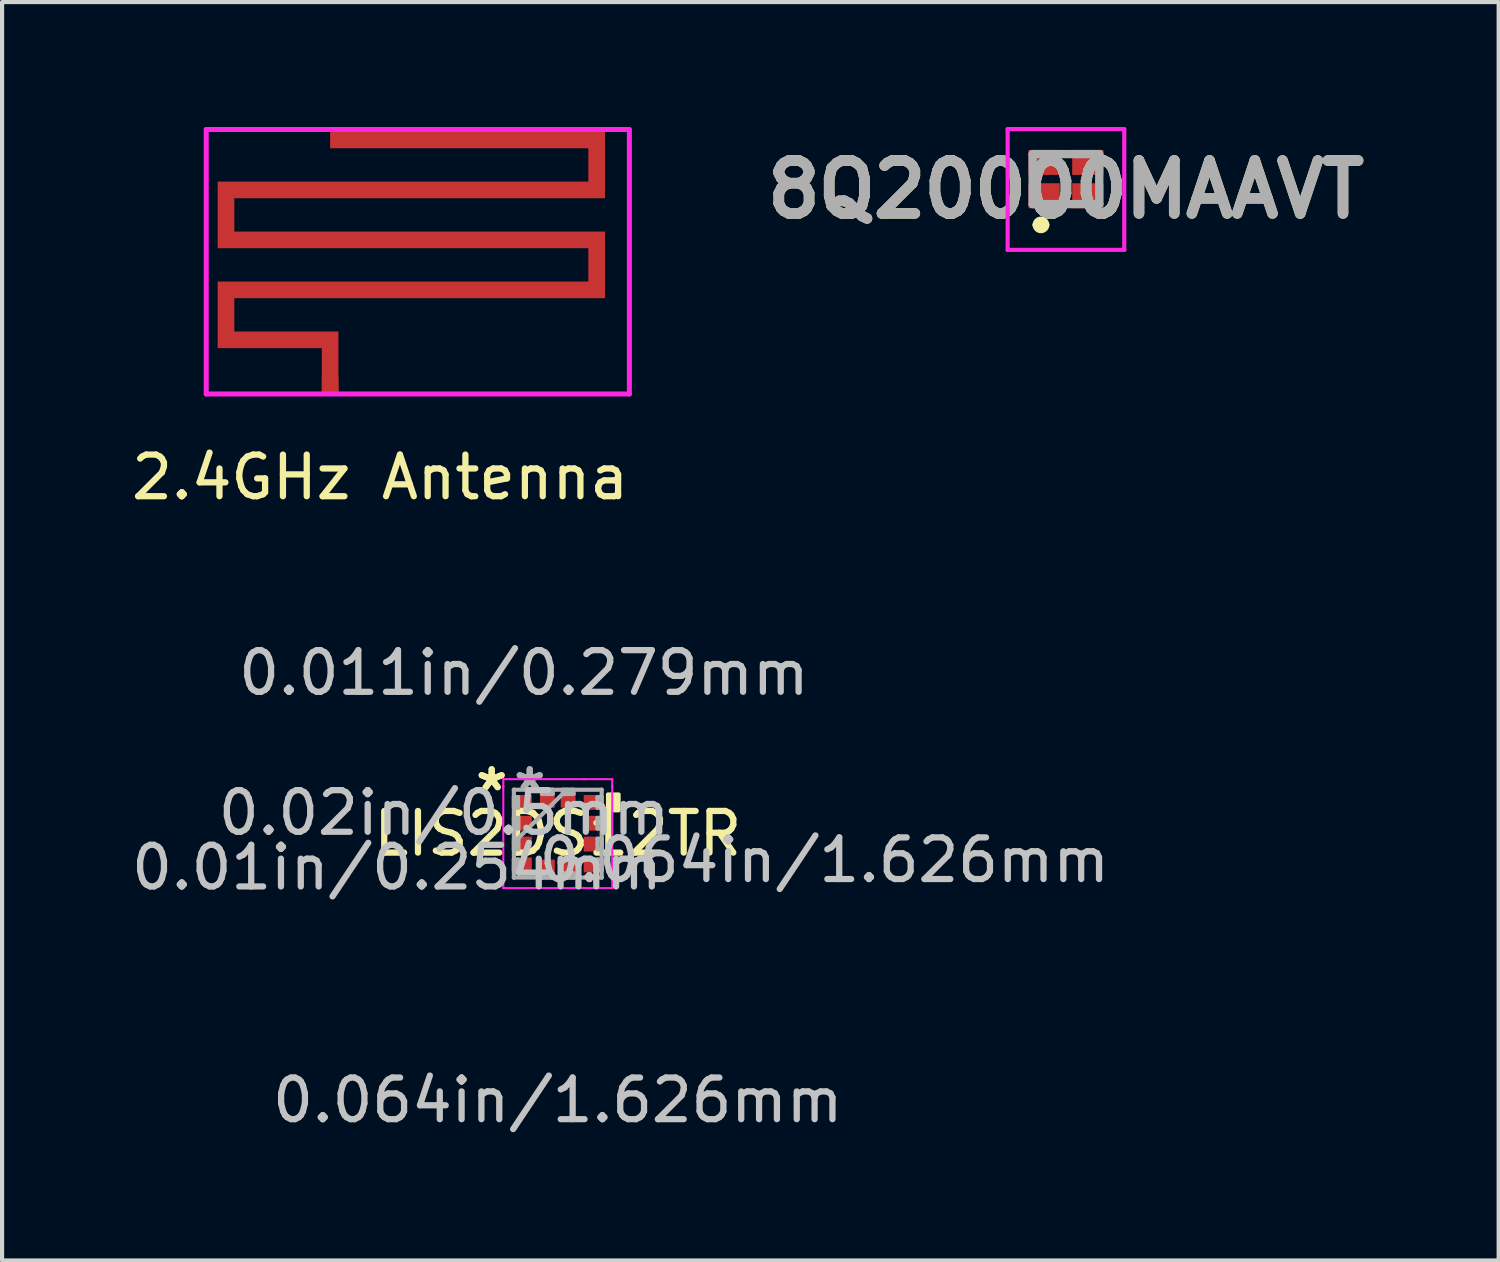
<source format=kicad_pcb>
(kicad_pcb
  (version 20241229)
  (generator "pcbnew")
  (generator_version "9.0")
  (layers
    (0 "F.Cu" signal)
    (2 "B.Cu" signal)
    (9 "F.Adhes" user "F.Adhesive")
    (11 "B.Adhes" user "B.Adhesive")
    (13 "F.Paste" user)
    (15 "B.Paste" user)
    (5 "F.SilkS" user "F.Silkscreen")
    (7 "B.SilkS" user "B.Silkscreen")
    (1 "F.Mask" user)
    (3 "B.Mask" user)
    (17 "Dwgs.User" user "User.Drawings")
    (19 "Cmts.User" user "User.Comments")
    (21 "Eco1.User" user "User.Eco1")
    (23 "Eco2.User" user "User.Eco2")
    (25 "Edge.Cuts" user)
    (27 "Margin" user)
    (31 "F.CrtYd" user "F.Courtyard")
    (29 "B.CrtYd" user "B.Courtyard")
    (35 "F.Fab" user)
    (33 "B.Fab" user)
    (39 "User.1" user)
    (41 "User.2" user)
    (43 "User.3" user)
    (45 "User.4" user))
  (footprint "8Q20000MAAVT"
    (layer "F.Cu")
    (at 22.545 1.25)
    (property "Reference" "8Q20000MAAVT" (at 0 0.25 0) (layer "F.SilkS") (effects (font (size 1.27 1.27) (thickness 0.254))))
    (attr smd)
    (fp_line (start -0.7 1.1) (end -0.7 1.1) (stroke (width 0.2) (type solid)) (layer "F.SilkS"))
    (fp_line (start -0.5 1.1) (end -0.5 1.1) (stroke (width 0.2) (type solid)) (layer "F.SilkS"))
    (fp_arc (start -0.7 1.1) (mid -0.6 1) (end -0.5 1.1) (stroke (width 0.2) (type solid)) (layer "F.SilkS"))
    (fp_arc (start -0.5 1.1) (mid -0.6 1.2) (end -0.7 1.1) (stroke (width 0.2) (type solid)) (layer "F.SilkS"))
    (fp_line (start -1.4 -1.2) (end 1.4 -1.2) (stroke (width 0.1) (type solid)) (layer "F.CrtYd"))
    (fp_line (start -1.4 1.7) (end -1.4 -1.2) (stroke (width 0.1) (type solid)) (layer "F.CrtYd"))
    (fp_line (start 1.4 -1.2) (end 1.4 1.7) (stroke (width 0.1) (type solid)) (layer "F.CrtYd"))
    (fp_line (start 1.4 1.7) (end -1.4 1.7) (stroke (width 0.1) (type solid)) (layer "F.CrtYd"))
    (fp_line (start -0.8 -0.6) (end 0.8 -0.6) (stroke (width 0.2) (type solid)) (layer "F.Fab"))
    (fp_line (start -0.8 0.6) (end -0.8 -0.6) (stroke (width 0.2) (type solid)) (layer "F.Fab"))
    (fp_line (start 0.8 -0.6) (end 0.8 0.6) (stroke (width 0.2) (type solid)) (layer "F.Fab"))
    (fp_line (start 0.8 0.6) (end -0.8 0.6) (stroke (width 0.2) (type solid)) (layer "F.Fab"))
    (fp_text user "${REFERENCE}" (at 0 0.25 0) (layer "F.Fab") (effects (font (size 1.27 1.27) (thickness 0.254))))
    (pad "1" smd rect (at -0.525 0.4 90) (size 0.6 0.75) (layers "F.Cu" "F.Mask" "F.Paste"))
    (pad "2" smd rect (at 0.525 0.4 90) (size 0.6 0.75) (layers "F.Cu" "F.Mask" "F.Paste"))
    (pad "3" smd rect (at 0.525 -0.4 90) (size 0.6 0.75) (layers "F.Cu" "F.Mask" "F.Paste"))
    (pad "4" smd rect (at -0.525 -0.4 90) (size 0.6 0.75) (layers "F.Cu" "F.Mask" "F.Paste")))
  (footprint "LIS2DS12TR"
    (layer "F.Cu")
    (at 10.343 16.967)
    (property "Reference" "LIS2DS12TR" (at 0 0 0) (layer "F.SilkS") (effects (font (size 1 1) (thickness 0.15))))
    (attr through_hole)
    (fp_poly (pts (xy 1.46 -0.941) (xy 1.46 -0.56) (xy 1.206 -0.56) (xy 1.206 -0.941)) (stroke (width 0.1) (type solid)) (fill yes) (layer "F.SilkS"))
    (fp_line (start -1.308 -1.308) (end -0.631 -1.308) (stroke (width 0.05) (type solid)) (layer "F.CrtYd"))
    (fp_line (start -1.308 -1.131) (end -1.308 -1.308) (stroke (width 0.05) (type solid)) (layer "F.CrtYd"))
    (fp_line (start -1.308 -1.131) (end -1.308 -1.131) (stroke (width 0.05) (type solid)) (layer "F.CrtYd"))
    (fp_line (start -1.308 1.131) (end -1.308 -1.131) (stroke (width 0.05) (type solid)) (layer "F.CrtYd"))
    (fp_line (start -1.308 1.131) (end -1.308 1.131) (stroke (width 0.05) (type solid)) (layer "F.CrtYd"))
    (fp_line (start -1.308 1.308) (end -1.308 1.131) (stroke (width 0.05) (type solid)) (layer "F.CrtYd"))
    (fp_line (start -0.631 -1.308) (end -0.631 -1.308) (stroke (width 0.05) (type solid)) (layer "F.CrtYd"))
    (fp_line (start -0.631 -1.308) (end 0.631 -1.308) (stroke (width 0.05) (type solid)) (layer "F.CrtYd"))
    (fp_line (start -0.631 1.308) (end -1.308 1.308) (stroke (width 0.05) (type solid)) (layer "F.CrtYd"))
    (fp_line (start -0.631 1.308) (end -0.631 1.308) (stroke (width 0.05) (type solid)) (layer "F.CrtYd"))
    (fp_line (start 0.631 -1.308) (end 0.631 -1.308) (stroke (width 0.05) (type solid)) (layer "F.CrtYd"))
    (fp_line (start 0.631 -1.308) (end 1.308 -1.308) (stroke (width 0.05) (type solid)) (layer "F.CrtYd"))
    (fp_line (start 0.631 1.308) (end -0.631 1.308) (stroke (width 0.05) (type solid)) (layer "F.CrtYd"))
    (fp_line (start 0.631 1.308) (end 0.631 1.308) (stroke (width 0.05) (type solid)) (layer "F.CrtYd"))
    (fp_line (start 1.308 -1.308) (end 1.308 -1.131) (stroke (width 0.05) (type solid)) (layer "F.CrtYd"))
    (fp_line (start 1.308 -1.131) (end 1.308 -1.131) (stroke (width 0.05) (type solid)) (layer "F.CrtYd"))
    (fp_line (start 1.308 -1.131) (end 1.308 1.131) (stroke (width 0.05) (type solid)) (layer "F.CrtYd"))
    (fp_line (start 1.308 1.131) (end 1.308 1.131) (stroke (width 0.05) (type solid)) (layer "F.CrtYd"))
    (fp_line (start 1.308 1.131) (end 1.308 1.308) (stroke (width 0.05) (type solid)) (layer "F.CrtYd"))
    (fp_line (start 1.308 1.308) (end 0.631 1.308) (stroke (width 0.05) (type solid)) (layer "F.CrtYd"))
    (fp_line (start -1.054 -1.054) (end -1.054 -1.054) (stroke (width 0.1) (type solid)) (layer "F.Fab"))
    (fp_line (start -1.054 -1.054) (end -1.054 1.054) (stroke (width 0.1) (type solid)) (layer "F.Fab"))
    (fp_line (start -1.054 -0.877) (end -0.953 -0.877) (stroke (width 0.1) (type solid)) (layer "F.Fab"))
    (fp_line (start -1.054 -0.623) (end -1.054 -0.877) (stroke (width 0.1) (type solid)) (layer "F.Fab"))
    (fp_line (start -1.054 -0.377) (end -0.953 -0.377) (stroke (width 0.1) (type solid)) (layer "F.Fab"))
    (fp_line (start -1.054 -0.123) (end -1.054 -0.377) (stroke (width 0.1) (type solid)) (layer "F.Fab"))
    (fp_line (start -1.054 0.123) (end -0.953 0.123) (stroke (width 0.1) (type solid)) (layer "F.Fab"))
    (fp_line (start -1.054 0.216) (end 0.216 -1.054) (stroke (width 0.1) (type solid)) (layer "F.Fab"))
    (fp_line (start -1.054 0.377) (end -1.054 0.123) (stroke (width 0.1) (type solid)) (layer "F.Fab"))
    (fp_line (start -1.054 0.623) (end -0.953 0.623) (stroke (width 0.1) (type solid)) (layer "F.Fab"))
    (fp_line (start -1.054 0.877) (end -1.054 0.623) (stroke (width 0.1) (type solid)) (layer "F.Fab"))
    (fp_line (start -1.054 1.054) (end -1.054 1.054) (stroke (width 0.1) (type solid)) (layer "F.Fab"))
    (fp_line (start -1.054 1.054) (end 1.054 1.054) (stroke (width 0.1) (type solid)) (layer "F.Fab"))
    (fp_line (start -0.953 -0.877) (end -0.953 -0.623) (stroke (width 0.1) (type solid)) (layer "F.Fab"))
    (fp_line (start -0.953 -0.623) (end -1.054 -0.623) (stroke (width 0.1) (type solid)) (layer "F.Fab"))
    (fp_line (start -0.953 -0.377) (end -0.953 -0.123) (stroke (width 0.1) (type solid)) (layer "F.Fab"))
    (fp_line (start -0.953 -0.123) (end -1.054 -0.123) (stroke (width 0.1) (type solid)) (layer "F.Fab"))
    (fp_line (start -0.953 0.123) (end -0.953 0.377) (stroke (width 0.1) (type solid)) (layer "F.Fab"))
    (fp_line (start -0.953 0.377) (end -1.054 0.377) (stroke (width 0.1) (type solid)) (layer "F.Fab"))
    (fp_line (start -0.953 0.623) (end -0.953 0.877) (stroke (width 0.1) (type solid)) (layer "F.Fab"))
    (fp_line (start -0.953 0.877) (end -1.054 0.877) (stroke (width 0.1) (type solid)) (layer "F.Fab"))
    (fp_line (start -0.377 -1.054) (end -0.123 -1.054) (stroke (width 0.1) (type solid)) (layer "F.Fab"))
    (fp_line (start -0.377 -0.953) (end -0.377 -1.054) (stroke (width 0.1) (type solid)) (layer "F.Fab"))
    (fp_line (start -0.377 0.953) (end -0.123 0.953) (stroke (width 0.1) (type solid)) (layer "F.Fab"))
    (fp_line (start -0.377 1.054) (end -0.377 0.953) (stroke (width 0.1) (type solid)) (layer "F.Fab"))
    (fp_line (start -0.123 -1.054) (end -0.123 -0.953) (stroke (width 0.1) (type solid)) (layer "F.Fab"))
    (fp_line (start -0.123 -0.953) (end -0.377 -0.953) (stroke (width 0.1) (type solid)) (layer "F.Fab"))
    (fp_line (start -0.123 0.953) (end -0.123 1.054) (stroke (width 0.1) (type solid)) (layer "F.Fab"))
    (fp_line (start -0.123 1.054) (end -0.377 1.054) (stroke (width 0.1) (type solid)) (layer "F.Fab"))
    (fp_line (start 0.123 -1.054) (end 0.377 -1.054) (stroke (width 0.1) (type solid)) (layer "F.Fab"))
    (fp_line (start 0.123 -0.953) (end 0.123 -1.054) (stroke (width 0.1) (type solid)) (layer "F.Fab"))
    (fp_line (start 0.123 0.953) (end 0.377 0.953) (stroke (width 0.1) (type solid)) (layer "F.Fab"))
    (fp_line (start 0.123 1.054) (end 0.123 0.953) (stroke (width 0.1) (type solid)) (layer "F.Fab"))
    (fp_line (start 0.377 -1.054) (end 0.377 -0.953) (stroke (width 0.1) (type solid)) (layer "F.Fab"))
    (fp_line (start 0.377 -0.953) (end 0.123 -0.953) (stroke (width 0.1) (type solid)) (layer "F.Fab"))
    (fp_line (start 0.377 0.953) (end 0.377 1.054) (stroke (width 0.1) (type solid)) (layer "F.Fab"))
    (fp_line (start 0.377 1.054) (end 0.123 1.054) (stroke (width 0.1) (type solid)) (layer "F.Fab"))
    (fp_line (start 0.953 -0.877) (end 1.054 -0.877) (stroke (width 0.1) (type solid)) (layer "F.Fab"))
    (fp_line (start 0.953 -0.623) (end 0.953 -0.877) (stroke (width 0.1) (type solid)) (layer "F.Fab"))
    (fp_line (start 0.953 -0.377) (end 1.054 -0.377) (stroke (width 0.1) (type solid)) (layer "F.Fab"))
    (fp_line (start 0.953 -0.123) (end 0.953 -0.377) (stroke (width 0.1) (type solid)) (layer "F.Fab"))
    (fp_line (start 0.953 0.123) (end 1.054 0.123) (stroke (width 0.1) (type solid)) (layer "F.Fab"))
    (fp_line (start 0.953 0.377) (end 0.953 0.123) (stroke (width 0.1) (type solid)) (layer "F.Fab"))
    (fp_line (start 0.953 0.623) (end 1.054 0.623) (stroke (width 0.1) (type solid)) (layer "F.Fab"))
    (fp_line (start 0.953 0.877) (end 0.953 0.623) (stroke (width 0.1) (type solid)) (layer "F.Fab"))
    (fp_line (start 1.054 -1.054) (end -1.054 -1.054) (stroke (width 0.1) (type solid)) (layer "F.Fab"))
    (fp_line (start 1.054 -1.054) (end 1.054 -1.054) (stroke (width 0.1) (type solid)) (layer "F.Fab"))
    (fp_line (start 1.054 -0.877) (end 1.054 -0.623) (stroke (width 0.1) (type solid)) (layer "F.Fab"))
    (fp_line (start 1.054 -0.623) (end 0.953 -0.623) (stroke (width 0.1) (type solid)) (layer "F.Fab"))
    (fp_line (start 1.054 -0.377) (end 1.054 -0.123) (stroke (width 0.1) (type solid)) (layer "F.Fab"))
    (fp_line (start 1.054 -0.123) (end 0.953 -0.123) (stroke (width 0.1) (type solid)) (layer "F.Fab"))
    (fp_line (start 1.054 0.123) (end 1.054 0.377) (stroke (width 0.1) (type solid)) (layer "F.Fab"))
    (fp_line (start 1.054 0.377) (end 0.953 0.377) (stroke (width 0.1) (type solid)) (layer "F.Fab"))
    (fp_line (start 1.054 0.623) (end 1.054 0.877) (stroke (width 0.1) (type solid)) (layer "F.Fab"))
    (fp_line (start 1.054 0.877) (end 0.953 0.877) (stroke (width 0.1) (type solid)) (layer "F.Fab"))
    (fp_line (start 1.054 1.054) (end 1.054 -1.054) (stroke (width 0.1) (type solid)) (layer "F.Fab"))
    (fp_line (start 1.054 1.054) (end 1.054 1.054) (stroke (width 0.1) (type solid)) (layer "F.Fab"))
    (fp_text user "*" (at -1.587 -1 0) (layer "F.SilkS") (effects (font (size 1 1) (thickness 0.15))))
    (fp_text user "*" (at -1.587 -1 0) (layer "F.SilkS") (effects (font (size 1 1) (thickness 0.15))))
    (fp_text user "0.01in/0.254mm" (at -3.861 0.813 0) (layer "Dwgs.User") (effects (font (size 1 1) (thickness 0.15))))
    (fp_text user "0.064in/1.626mm" (at 0 6.401 0) (layer "Dwgs.User") (effects (font (size 1 1) (thickness 0.15))))
    (fp_text user "0.064in/1.626mm" (at 6.401 0.635 0) (layer "Dwgs.User") (effects (font (size 1 1) (thickness 0.15))))
    (fp_text user "0.02in/0.5mm" (at -2.731 -0.5 0) (layer "Dwgs.User") (effects (font (size 1 1) (thickness 0.15))))
    (fp_text user "0.011in/0.279mm" (at -0.813 -3.861 0) (layer "Dwgs.User") (effects (font (size 1 1) (thickness 0.15))))
    (fp_text user "Copyright 2021 Accelerated Designs. All rights reserved." (at 0 0 0) (layer "Cmts.User") (effects (font (size 0.127 0.127) (thickness 0.002))))
    (fp_text user "*" (at -0.673 -1 0) (layer "F.Fab") (effects (font (size 1 1) (thickness 0.15))))
    (fp_text user "*" (at -0.673 -1 0) (layer "F.Fab") (effects (font (size 1 1) (thickness 0.15))))
    (pad "1" smd rect (at -0.813 -0.75 90) (size 0.356 0.381) (layers "F.Cu" "F.Mask" "F.Paste"))
    (pad "2" smd rect (at -0.813 -0.25 90) (size 0.356 0.381) (layers "F.Cu" "F.Mask" "F.Paste"))
    (pad "3" smd rect (at -0.813 0.25 90) (size 0.356 0.381) (layers "F.Cu" "F.Mask" "F.Paste"))
    (pad "4" smd rect (at -0.813 0.75 90) (size 0.356 0.381) (layers "F.Cu" "F.Mask" "F.Paste"))
    (pad "5" smd rect (at -0.25 0.813) (size 0.356 0.381) (layers "F.Cu" "F.Mask" "F.Paste"))
    (pad "6" smd rect (at 0.25 0.813) (size 0.356 0.381) (layers "F.Cu" "F.Mask" "F.Paste"))
    (pad "7" smd rect (at 0.813 0.75 90) (size 0.356 0.381) (layers "F.Cu" "F.Mask" "F.Paste"))
    (pad "8" smd rect (at 0.813 0.25 90) (size 0.356 0.381) (layers "F.Cu" "F.Mask" "F.Paste"))
    (pad "9" smd rect (at 0.813 -0.25 90) (size 0.356 0.381) (layers "F.Cu" "F.Mask" "F.Paste"))
    (pad "10" smd rect (at 0.813 -0.75 90) (size 0.356 0.381) (layers "F.Cu" "F.Mask" "F.Paste"))
    (pad "11" smd rect (at 0.25 -0.813) (size 0.356 0.381) (layers "F.Cu" "F.Mask" "F.Paste"))
    (pad "12" smd rect (at -0.25 -0.813) (size 0.356 0.381) (layers "F.Cu" "F.Mask" "F.Paste")))
  (footprint "2.4GHz Antenna"
    (layer "F.Cu")
    (at 5.077 6.41)
    (property "Reference" "2.4GHz Antenna" (at 1 2 0) (layer "F.SilkS") (effects (font (size 1 1) (thickness 0.15))))
    (attr through_hole)
    (fp_poly (pts (xy 6.4 -4.7) (xy -2.5 -4.7) (xy -2.5 -3.9) (xy 6.4 -3.9) (xy 6.4 -2.3) (xy -2.5 -2.3) (xy -2.5 -1.5) (xy 0 -1.5) (xy 0 0) (xy -0.4 0) (xy -0.4 -1.1) (xy -2.9 -1.1) (xy -2.9 -2.7) (xy 6 -2.7) (xy 6 -3.5) (xy -2.9 -3.5) (xy -2.9 -5.1) (xy 6 -5.1) (xy 6 -5.9) (xy -0.2 -5.9) (xy -0.2 -6.3) (xy 6.4 -6.3)) (stroke (width 0) (type solid)) (fill yes) (layer "F.Cu"))
    (fp_line (start -3.175 -6.35) (end 6.985 -6.35) (stroke (width 0.12) (type solid)) (layer "F.CrtYd"))
    (fp_line (start -3.175 0) (end -3.175 -6.35) (stroke (width 0.12) (type solid)) (layer "F.CrtYd"))
    (fp_line (start 6.985 -6.35) (end 6.985 0) (stroke (width 0.12) (type solid)) (layer "F.CrtYd"))
    (fp_line (start 6.985 0) (end -3.175 0) (stroke (width 0.12) (type solid)) (layer "F.CrtYd"))
    (pad "1" smd rect (at -0.2 -0.2) (size 0.4 0.4) (layers "F.Cu" "F.Mask" "F.Paste")))
  (gr_rect
    (start -3 -3)
    (end 32.935 27.216)
    (stroke (width 0.1) (type default))
    (fill no)
    (layer "Edge.Cuts")))
</source>
